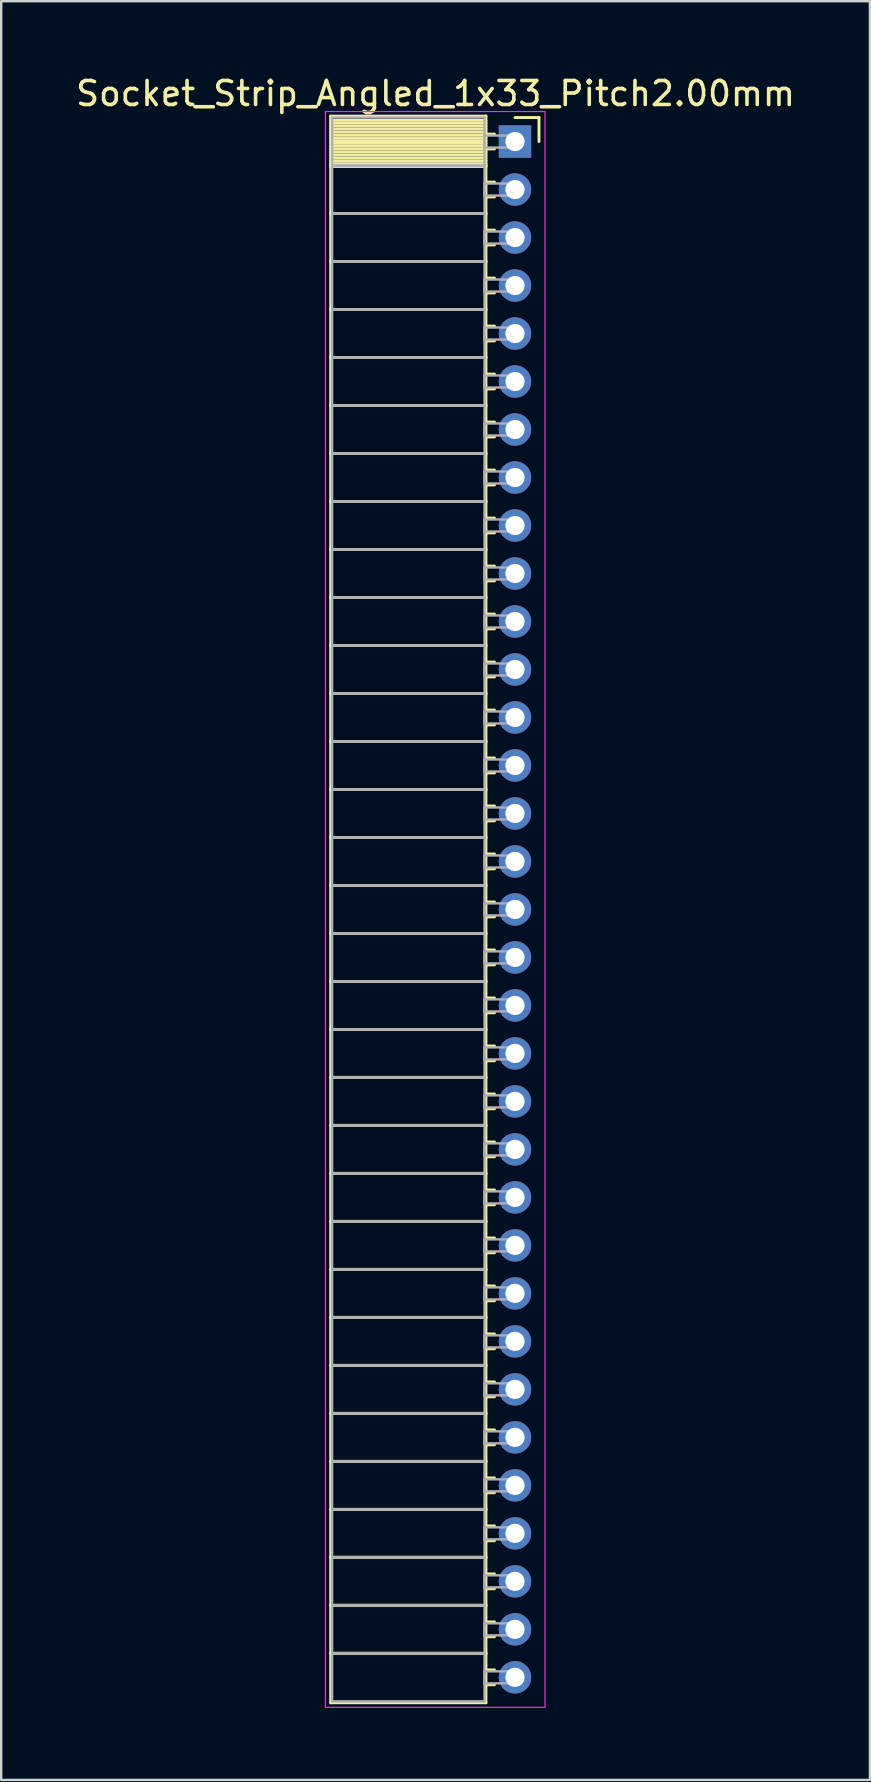
<source format=kicad_pcb>
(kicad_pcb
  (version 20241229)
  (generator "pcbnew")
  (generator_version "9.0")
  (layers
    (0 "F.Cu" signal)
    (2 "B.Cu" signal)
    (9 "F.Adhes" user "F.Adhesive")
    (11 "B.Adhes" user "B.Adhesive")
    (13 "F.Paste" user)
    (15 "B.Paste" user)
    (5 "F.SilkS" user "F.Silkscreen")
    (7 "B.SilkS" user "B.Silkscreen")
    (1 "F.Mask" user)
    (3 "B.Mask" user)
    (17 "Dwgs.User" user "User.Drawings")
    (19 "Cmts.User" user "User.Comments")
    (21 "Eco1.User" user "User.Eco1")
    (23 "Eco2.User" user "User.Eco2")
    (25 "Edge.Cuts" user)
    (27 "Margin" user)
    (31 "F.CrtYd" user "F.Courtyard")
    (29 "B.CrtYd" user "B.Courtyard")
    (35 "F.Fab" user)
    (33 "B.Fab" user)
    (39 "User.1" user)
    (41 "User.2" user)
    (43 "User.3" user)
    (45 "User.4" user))
  (footprint "Socket_Strip_Angled_1x33_Pitch2.00mm"
    (layer "F.Cu")
    (at 18.411 2.848)
    (property "Reference" "Socket_Strip_Angled_1x33_Pitch2.00mm" (at -3.31 -2 0) (layer "F.SilkS") (effects (font (size 1 1) (thickness 0.15))))
    (attr through_hole)
    (fp_line (start -7.68 -1.06) (end -1.21 -1.06) (stroke (width 0.12) (type solid)) (layer "F.SilkS"))
    (fp_line (start -7.68 1) (end -7.68 -1.06) (stroke (width 0.12) (type solid)) (layer "F.SilkS"))
    (fp_line (start -7.68 1) (end -1.21 1) (stroke (width 0.12) (type solid)) (layer "F.SilkS"))
    (fp_line (start -7.68 3) (end -7.68 1) (stroke (width 0.12) (type solid)) (layer "F.SilkS"))
    (fp_line (start -7.68 3) (end -1.21 3) (stroke (width 0.12) (type solid)) (layer "F.SilkS"))
    (fp_line (start -7.68 5) (end -7.68 3) (stroke (width 0.12) (type solid)) (layer "F.SilkS"))
    (fp_line (start -7.68 5) (end -1.21 5) (stroke (width 0.12) (type solid)) (layer "F.SilkS"))
    (fp_line (start -7.68 7) (end -7.68 5) (stroke (width 0.12) (type solid)) (layer "F.SilkS"))
    (fp_line (start -7.68 7) (end -1.21 7) (stroke (width 0.12) (type solid)) (layer "F.SilkS"))
    (fp_line (start -7.68 9) (end -7.68 7) (stroke (width 0.12) (type solid)) (layer "F.SilkS"))
    (fp_line (start -7.68 9) (end -1.21 9) (stroke (width 0.12) (type solid)) (layer "F.SilkS"))
    (fp_line (start -7.68 11) (end -7.68 9) (stroke (width 0.12) (type solid)) (layer "F.SilkS"))
    (fp_line (start -7.68 11) (end -1.21 11) (stroke (width 0.12) (type solid)) (layer "F.SilkS"))
    (fp_line (start -7.68 13) (end -7.68 11) (stroke (width 0.12) (type solid)) (layer "F.SilkS"))
    (fp_line (start -7.68 13) (end -1.21 13) (stroke (width 0.12) (type solid)) (layer "F.SilkS"))
    (fp_line (start -7.68 15) (end -7.68 13) (stroke (width 0.12) (type solid)) (layer "F.SilkS"))
    (fp_line (start -7.68 15) (end -1.21 15) (stroke (width 0.12) (type solid)) (layer "F.SilkS"))
    (fp_line (start -7.68 17) (end -7.68 15) (stroke (width 0.12) (type solid)) (layer "F.SilkS"))
    (fp_line (start -7.68 17) (end -1.21 17) (stroke (width 0.12) (type solid)) (layer "F.SilkS"))
    (fp_line (start -7.68 19) (end -7.68 17) (stroke (width 0.12) (type solid)) (layer "F.SilkS"))
    (fp_line (start -7.68 19) (end -1.21 19) (stroke (width 0.12) (type solid)) (layer "F.SilkS"))
    (fp_line (start -7.68 21) (end -7.68 19) (stroke (width 0.12) (type solid)) (layer "F.SilkS"))
    (fp_line (start -7.68 21) (end -1.21 21) (stroke (width 0.12) (type solid)) (layer "F.SilkS"))
    (fp_line (start -7.68 23) (end -7.68 21) (stroke (width 0.12) (type solid)) (layer "F.SilkS"))
    (fp_line (start -7.68 23) (end -1.21 23) (stroke (width 0.12) (type solid)) (layer "F.SilkS"))
    (fp_line (start -7.68 25) (end -7.68 23) (stroke (width 0.12) (type solid)) (layer "F.SilkS"))
    (fp_line (start -7.68 25) (end -1.21 25) (stroke (width 0.12) (type solid)) (layer "F.SilkS"))
    (fp_line (start -7.68 27) (end -7.68 25) (stroke (width 0.12) (type solid)) (layer "F.SilkS"))
    (fp_line (start -7.68 27) (end -1.21 27) (stroke (width 0.12) (type solid)) (layer "F.SilkS"))
    (fp_line (start -7.68 29) (end -7.68 27) (stroke (width 0.12) (type solid)) (layer "F.SilkS"))
    (fp_line (start -7.68 29) (end -1.21 29) (stroke (width 0.12) (type solid)) (layer "F.SilkS"))
    (fp_line (start -7.68 31) (end -7.68 29) (stroke (width 0.12) (type solid)) (layer "F.SilkS"))
    (fp_line (start -7.68 31) (end -1.21 31) (stroke (width 0.12) (type solid)) (layer "F.SilkS"))
    (fp_line (start -7.68 33) (end -7.68 31) (stroke (width 0.12) (type solid)) (layer "F.SilkS"))
    (fp_line (start -7.68 33) (end -1.21 33) (stroke (width 0.12) (type solid)) (layer "F.SilkS"))
    (fp_line (start -7.68 35) (end -7.68 33) (stroke (width 0.12) (type solid)) (layer "F.SilkS"))
    (fp_line (start -7.68 35) (end -1.21 35) (stroke (width 0.12) (type solid)) (layer "F.SilkS"))
    (fp_line (start -7.68 37) (end -7.68 35) (stroke (width 0.12) (type solid)) (layer "F.SilkS"))
    (fp_line (start -7.68 37) (end -1.21 37) (stroke (width 0.12) (type solid)) (layer "F.SilkS"))
    (fp_line (start -7.68 39) (end -7.68 37) (stroke (width 0.12) (type solid)) (layer "F.SilkS"))
    (fp_line (start -7.68 39) (end -1.21 39) (stroke (width 0.12) (type solid)) (layer "F.SilkS"))
    (fp_line (start -7.68 41) (end -7.68 39) (stroke (width 0.12) (type solid)) (layer "F.SilkS"))
    (fp_line (start -7.68 41) (end -1.21 41) (stroke (width 0.12) (type solid)) (layer "F.SilkS"))
    (fp_line (start -7.68 43) (end -7.68 41) (stroke (width 0.12) (type solid)) (layer "F.SilkS"))
    (fp_line (start -7.68 43) (end -1.21 43) (stroke (width 0.12) (type solid)) (layer "F.SilkS"))
    (fp_line (start -7.68 45) (end -7.68 43) (stroke (width 0.12) (type solid)) (layer "F.SilkS"))
    (fp_line (start -7.68 45) (end -1.21 45) (stroke (width 0.12) (type solid)) (layer "F.SilkS"))
    (fp_line (start -7.68 47) (end -7.68 45) (stroke (width 0.12) (type solid)) (layer "F.SilkS"))
    (fp_line (start -7.68 47) (end -1.21 47) (stroke (width 0.12) (type solid)) (layer "F.SilkS"))
    (fp_line (start -7.68 49) (end -7.68 47) (stroke (width 0.12) (type solid)) (layer "F.SilkS"))
    (fp_line (start -7.68 49) (end -1.21 49) (stroke (width 0.12) (type solid)) (layer "F.SilkS"))
    (fp_line (start -7.68 51) (end -7.68 49) (stroke (width 0.12) (type solid)) (layer "F.SilkS"))
    (fp_line (start -7.68 51) (end -1.21 51) (stroke (width 0.12) (type solid)) (layer "F.SilkS"))
    (fp_line (start -7.68 53) (end -7.68 51) (stroke (width 0.12) (type solid)) (layer "F.SilkS"))
    (fp_line (start -7.68 53) (end -1.21 53) (stroke (width 0.12) (type solid)) (layer "F.SilkS"))
    (fp_line (start -7.68 55) (end -7.68 53) (stroke (width 0.12) (type solid)) (layer "F.SilkS"))
    (fp_line (start -7.68 55) (end -1.21 55) (stroke (width 0.12) (type solid)) (layer "F.SilkS"))
    (fp_line (start -7.68 57) (end -7.68 55) (stroke (width 0.12) (type solid)) (layer "F.SilkS"))
    (fp_line (start -7.68 57) (end -1.21 57) (stroke (width 0.12) (type solid)) (layer "F.SilkS"))
    (fp_line (start -7.68 59) (end -7.68 57) (stroke (width 0.12) (type solid)) (layer "F.SilkS"))
    (fp_line (start -7.68 59) (end -1.21 59) (stroke (width 0.12) (type solid)) (layer "F.SilkS"))
    (fp_line (start -7.68 61) (end -7.68 59) (stroke (width 0.12) (type solid)) (layer "F.SilkS"))
    (fp_line (start -7.68 61) (end -1.21 61) (stroke (width 0.12) (type solid)) (layer "F.SilkS"))
    (fp_line (start -7.68 63) (end -7.68 61) (stroke (width 0.12) (type solid)) (layer "F.SilkS"))
    (fp_line (start -7.68 63) (end -1.21 63) (stroke (width 0.12) (type solid)) (layer "F.SilkS"))
    (fp_line (start -7.68 65.06) (end -7.68 63) (stroke (width 0.12) (type solid)) (layer "F.SilkS"))
    (fp_line (start -1.21 -1.06) (end -1.21 1) (stroke (width 0.12) (type solid)) (layer "F.SilkS"))
    (fp_line (start -1.21 -0.88) (end -7.68 -0.88) (stroke (width 0.12) (type solid)) (layer "F.SilkS"))
    (fp_line (start -1.21 -0.76) (end -7.68 -0.76) (stroke (width 0.12) (type solid)) (layer "F.SilkS"))
    (fp_line (start -1.21 -0.64) (end -7.68 -0.64) (stroke (width 0.12) (type solid)) (layer "F.SilkS"))
    (fp_line (start -1.21 -0.52) (end -7.68 -0.52) (stroke (width 0.12) (type solid)) (layer "F.SilkS"))
    (fp_line (start -1.21 -0.4) (end -7.68 -0.4) (stroke (width 0.12) (type solid)) (layer "F.SilkS"))
    (fp_line (start -1.21 -0.28) (end -7.68 -0.28) (stroke (width 0.12) (type solid)) (layer "F.SilkS"))
    (fp_line (start -1.21 -0.16) (end -7.68 -0.16) (stroke (width 0.12) (type solid)) (layer "F.SilkS"))
    (fp_line (start -1.21 -0.04) (end -7.68 -0.04) (stroke (width 0.12) (type solid)) (layer "F.SilkS"))
    (fp_line (start -1.21 0.08) (end -7.68 0.08) (stroke (width 0.12) (type solid)) (layer "F.SilkS"))
    (fp_line (start -1.21 0.2) (end -7.68 0.2) (stroke (width 0.12) (type solid)) (layer "F.SilkS"))
    (fp_line (start -1.21 0.32) (end -7.68 0.32) (stroke (width 0.12) (type solid)) (layer "F.SilkS"))
    (fp_line (start -1.21 0.44) (end -7.68 0.44) (stroke (width 0.12) (type solid)) (layer "F.SilkS"))
    (fp_line (start -1.21 0.56) (end -7.68 0.56) (stroke (width 0.12) (type solid)) (layer "F.SilkS"))
    (fp_line (start -1.21 0.68) (end -7.68 0.68) (stroke (width 0.12) (type solid)) (layer "F.SilkS"))
    (fp_line (start -1.21 0.8) (end -7.68 0.8) (stroke (width 0.12) (type solid)) (layer "F.SilkS"))
    (fp_line (start -1.21 0.92) (end -7.68 0.92) (stroke (width 0.12) (type solid)) (layer "F.SilkS"))
    (fp_line (start -1.21 1) (end -7.68 1) (stroke (width 0.12) (type solid)) (layer "F.SilkS"))
    (fp_line (start -1.21 1) (end -1.21 3) (stroke (width 0.12) (type solid)) (layer "F.SilkS"))
    (fp_line (start -1.21 1.04) (end -7.68 1.04) (stroke (width 0.12) (type solid)) (layer "F.SilkS"))
    (fp_line (start -1.21 3) (end -7.68 3) (stroke (width 0.12) (type solid)) (layer "F.SilkS"))
    (fp_line (start -1.21 3) (end -1.21 5) (stroke (width 0.12) (type solid)) (layer "F.SilkS"))
    (fp_line (start -1.21 5) (end -7.68 5) (stroke (width 0.12) (type solid)) (layer "F.SilkS"))
    (fp_line (start -1.21 5) (end -1.21 7) (stroke (width 0.12) (type solid)) (layer "F.SilkS"))
    (fp_line (start -1.21 7) (end -7.68 7) (stroke (width 0.12) (type solid)) (layer "F.SilkS"))
    (fp_line (start -1.21 7) (end -1.21 9) (stroke (width 0.12) (type solid)) (layer "F.SilkS"))
    (fp_line (start -1.21 9) (end -7.68 9) (stroke (width 0.12) (type solid)) (layer "F.SilkS"))
    (fp_line (start -1.21 9) (end -1.21 11) (stroke (width 0.12) (type solid)) (layer "F.SilkS"))
    (fp_line (start -1.21 11) (end -7.68 11) (stroke (width 0.12) (type solid)) (layer "F.SilkS"))
    (fp_line (start -1.21 11) (end -1.21 13) (stroke (width 0.12) (type solid)) (layer "F.SilkS"))
    (fp_line (start -1.21 13) (end -7.68 13) (stroke (width 0.12) (type solid)) (layer "F.SilkS"))
    (fp_line (start -1.21 13) (end -1.21 15) (stroke (width 0.12) (type solid)) (layer "F.SilkS"))
    (fp_line (start -1.21 15) (end -7.68 15) (stroke (width 0.12) (type solid)) (layer "F.SilkS"))
    (fp_line (start -1.21 15) (end -1.21 17) (stroke (width 0.12) (type solid)) (layer "F.SilkS"))
    (fp_line (start -1.21 17) (end -7.68 17) (stroke (width 0.12) (type solid)) (layer "F.SilkS"))
    (fp_line (start -1.21 17) (end -1.21 19) (stroke (width 0.12) (type solid)) (layer "F.SilkS"))
    (fp_line (start -1.21 19) (end -7.68 19) (stroke (width 0.12) (type solid)) (layer "F.SilkS"))
    (fp_line (start -1.21 19) (end -1.21 21) (stroke (width 0.12) (type solid)) (layer "F.SilkS"))
    (fp_line (start -1.21 21) (end -7.68 21) (stroke (width 0.12) (type solid)) (layer "F.SilkS"))
    (fp_line (start -1.21 21) (end -1.21 23) (stroke (width 0.12) (type solid)) (layer "F.SilkS"))
    (fp_line (start -1.21 23) (end -7.68 23) (stroke (width 0.12) (type solid)) (layer "F.SilkS"))
    (fp_line (start -1.21 23) (end -1.21 25) (stroke (width 0.12) (type solid)) (layer "F.SilkS"))
    (fp_line (start -1.21 25) (end -7.68 25) (stroke (width 0.12) (type solid)) (layer "F.SilkS"))
    (fp_line (start -1.21 25) (end -1.21 27) (stroke (width 0.12) (type solid)) (layer "F.SilkS"))
    (fp_line (start -1.21 27) (end -7.68 27) (stroke (width 0.12) (type solid)) (layer "F.SilkS"))
    (fp_line (start -1.21 27) (end -1.21 29) (stroke (width 0.12) (type solid)) (layer "F.SilkS"))
    (fp_line (start -1.21 29) (end -7.68 29) (stroke (width 0.12) (type solid)) (layer "F.SilkS"))
    (fp_line (start -1.21 29) (end -1.21 31) (stroke (width 0.12) (type solid)) (layer "F.SilkS"))
    (fp_line (start -1.21 31) (end -7.68 31) (stroke (width 0.12) (type solid)) (layer "F.SilkS"))
    (fp_line (start -1.21 31) (end -1.21 33) (stroke (width 0.12) (type solid)) (layer "F.SilkS"))
    (fp_line (start -1.21 33) (end -7.68 33) (stroke (width 0.12) (type solid)) (layer "F.SilkS"))
    (fp_line (start -1.21 33) (end -1.21 35) (stroke (width 0.12) (type solid)) (layer "F.SilkS"))
    (fp_line (start -1.21 35) (end -7.68 35) (stroke (width 0.12) (type solid)) (layer "F.SilkS"))
    (fp_line (start -1.21 35) (end -1.21 37) (stroke (width 0.12) (type solid)) (layer "F.SilkS"))
    (fp_line (start -1.21 37) (end -7.68 37) (stroke (width 0.12) (type solid)) (layer "F.SilkS"))
    (fp_line (start -1.21 37) (end -1.21 39) (stroke (width 0.12) (type solid)) (layer "F.SilkS"))
    (fp_line (start -1.21 39) (end -7.68 39) (stroke (width 0.12) (type solid)) (layer "F.SilkS"))
    (fp_line (start -1.21 39) (end -1.21 41) (stroke (width 0.12) (type solid)) (layer "F.SilkS"))
    (fp_line (start -1.21 41) (end -7.68 41) (stroke (width 0.12) (type solid)) (layer "F.SilkS"))
    (fp_line (start -1.21 41) (end -1.21 43) (stroke (width 0.12) (type solid)) (layer "F.SilkS"))
    (fp_line (start -1.21 43) (end -7.68 43) (stroke (width 0.12) (type solid)) (layer "F.SilkS"))
    (fp_line (start -1.21 43) (end -1.21 45) (stroke (width 0.12) (type solid)) (layer "F.SilkS"))
    (fp_line (start -1.21 45) (end -7.68 45) (stroke (width 0.12) (type solid)) (layer "F.SilkS"))
    (fp_line (start -1.21 45) (end -1.21 47) (stroke (width 0.12) (type solid)) (layer "F.SilkS"))
    (fp_line (start -1.21 47) (end -7.68 47) (stroke (width 0.12) (type solid)) (layer "F.SilkS"))
    (fp_line (start -1.21 47) (end -1.21 49) (stroke (width 0.12) (type solid)) (layer "F.SilkS"))
    (fp_line (start -1.21 49) (end -7.68 49) (stroke (width 0.12) (type solid)) (layer "F.SilkS"))
    (fp_line (start -1.21 49) (end -1.21 51) (stroke (width 0.12) (type solid)) (layer "F.SilkS"))
    (fp_line (start -1.21 51) (end -7.68 51) (stroke (width 0.12) (type solid)) (layer "F.SilkS"))
    (fp_line (start -1.21 51) (end -1.21 53) (stroke (width 0.12) (type solid)) (layer "F.SilkS"))
    (fp_line (start -1.21 53) (end -7.68 53) (stroke (width 0.12) (type solid)) (layer "F.SilkS"))
    (fp_line (start -1.21 53) (end -1.21 55) (stroke (width 0.12) (type solid)) (layer "F.SilkS"))
    (fp_line (start -1.21 55) (end -7.68 55) (stroke (width 0.12) (type solid)) (layer "F.SilkS"))
    (fp_line (start -1.21 55) (end -1.21 57) (stroke (width 0.12) (type solid)) (layer "F.SilkS"))
    (fp_line (start -1.21 57) (end -7.68 57) (stroke (width 0.12) (type solid)) (layer "F.SilkS"))
    (fp_line (start -1.21 57) (end -1.21 59) (stroke (width 0.12) (type solid)) (layer "F.SilkS"))
    (fp_line (start -1.21 59) (end -7.68 59) (stroke (width 0.12) (type solid)) (layer "F.SilkS"))
    (fp_line (start -1.21 59) (end -1.21 61) (stroke (width 0.12) (type solid)) (layer "F.SilkS"))
    (fp_line (start -1.21 61) (end -7.68 61) (stroke (width 0.12) (type solid)) (layer "F.SilkS"))
    (fp_line (start -1.21 61) (end -1.21 63) (stroke (width 0.12) (type solid)) (layer "F.SilkS"))
    (fp_line (start -1.21 63) (end -7.68 63) (stroke (width 0.12) (type solid)) (layer "F.SilkS"))
    (fp_line (start -1.21 63) (end -1.21 65.06) (stroke (width 0.12) (type solid)) (layer "F.SilkS"))
    (fp_line (start -1.21 65.06) (end -7.68 65.06) (stroke (width 0.12) (type solid)) (layer "F.SilkS"))
    (fp_line (start -0.855 -0.31) (end -1.21 -0.31) (stroke (width 0.12) (type solid)) (layer "F.SilkS"))
    (fp_line (start -0.855 0.31) (end -1.21 0.31) (stroke (width 0.12) (type solid)) (layer "F.SilkS"))
    (fp_line (start -0.855 1.69) (end -1.21 1.69) (stroke (width 0.12) (type solid)) (layer "F.SilkS"))
    (fp_line (start -0.855 2.31) (end -1.21 2.31) (stroke (width 0.12) (type solid)) (layer "F.SilkS"))
    (fp_line (start -0.855 3.69) (end -1.21 3.69) (stroke (width 0.12) (type solid)) (layer "F.SilkS"))
    (fp_line (start -0.855 4.31) (end -1.21 4.31) (stroke (width 0.12) (type solid)) (layer "F.SilkS"))
    (fp_line (start -0.855 5.69) (end -1.21 5.69) (stroke (width 0.12) (type solid)) (layer "F.SilkS"))
    (fp_line (start -0.855 6.31) (end -1.21 6.31) (stroke (width 0.12) (type solid)) (layer "F.SilkS"))
    (fp_line (start -0.855 7.69) (end -1.21 7.69) (stroke (width 0.12) (type solid)) (layer "F.SilkS"))
    (fp_line (start -0.855 8.31) (end -1.21 8.31) (stroke (width 0.12) (type solid)) (layer "F.SilkS"))
    (fp_line (start -0.855 9.69) (end -1.21 9.69) (stroke (width 0.12) (type solid)) (layer "F.SilkS"))
    (fp_line (start -0.855 10.31) (end -1.21 10.31) (stroke (width 0.12) (type solid)) (layer "F.SilkS"))
    (fp_line (start -0.855 11.69) (end -1.21 11.69) (stroke (width 0.12) (type solid)) (layer "F.SilkS"))
    (fp_line (start -0.855 12.31) (end -1.21 12.31) (stroke (width 0.12) (type solid)) (layer "F.SilkS"))
    (fp_line (start -0.855 13.69) (end -1.21 13.69) (stroke (width 0.12) (type solid)) (layer "F.SilkS"))
    (fp_line (start -0.855 14.31) (end -1.21 14.31) (stroke (width 0.12) (type solid)) (layer "F.SilkS"))
    (fp_line (start -0.855 15.69) (end -1.21 15.69) (stroke (width 0.12) (type solid)) (layer "F.SilkS"))
    (fp_line (start -0.855 16.31) (end -1.21 16.31) (stroke (width 0.12) (type solid)) (layer "F.SilkS"))
    (fp_line (start -0.855 17.69) (end -1.21 17.69) (stroke (width 0.12) (type solid)) (layer "F.SilkS"))
    (fp_line (start -0.855 18.31) (end -1.21 18.31) (stroke (width 0.12) (type solid)) (layer "F.SilkS"))
    (fp_line (start -0.855 19.69) (end -1.21 19.69) (stroke (width 0.12) (type solid)) (layer "F.SilkS"))
    (fp_line (start -0.855 20.31) (end -1.21 20.31) (stroke (width 0.12) (type solid)) (layer "F.SilkS"))
    (fp_line (start -0.855 21.69) (end -1.21 21.69) (stroke (width 0.12) (type solid)) (layer "F.SilkS"))
    (fp_line (start -0.855 22.31) (end -1.21 22.31) (stroke (width 0.12) (type solid)) (layer "F.SilkS"))
    (fp_line (start -0.855 23.69) (end -1.21 23.69) (stroke (width 0.12) (type solid)) (layer "F.SilkS"))
    (fp_line (start -0.855 24.31) (end -1.21 24.31) (stroke (width 0.12) (type solid)) (layer "F.SilkS"))
    (fp_line (start -0.855 25.69) (end -1.21 25.69) (stroke (width 0.12) (type solid)) (layer "F.SilkS"))
    (fp_line (start -0.855 26.31) (end -1.21 26.31) (stroke (width 0.12) (type solid)) (layer "F.SilkS"))
    (fp_line (start -0.855 27.69) (end -1.21 27.69) (stroke (width 0.12) (type solid)) (layer "F.SilkS"))
    (fp_line (start -0.855 28.31) (end -1.21 28.31) (stroke (width 0.12) (type solid)) (layer "F.SilkS"))
    (fp_line (start -0.855 29.69) (end -1.21 29.69) (stroke (width 0.12) (type solid)) (layer "F.SilkS"))
    (fp_line (start -0.855 30.31) (end -1.21 30.31) (stroke (width 0.12) (type solid)) (layer "F.SilkS"))
    (fp_line (start -0.855 31.69) (end -1.21 31.69) (stroke (width 0.12) (type solid)) (layer "F.SilkS"))
    (fp_line (start -0.855 32.31) (end -1.21 32.31) (stroke (width 0.12) (type solid)) (layer "F.SilkS"))
    (fp_line (start -0.855 33.69) (end -1.21 33.69) (stroke (width 0.12) (type solid)) (layer "F.SilkS"))
    (fp_line (start -0.855 34.31) (end -1.21 34.31) (stroke (width 0.12) (type solid)) (layer "F.SilkS"))
    (fp_line (start -0.855 35.69) (end -1.21 35.69) (stroke (width 0.12) (type solid)) (layer "F.SilkS"))
    (fp_line (start -0.855 36.31) (end -1.21 36.31) (stroke (width 0.12) (type solid)) (layer "F.SilkS"))
    (fp_line (start -0.855 37.69) (end -1.21 37.69) (stroke (width 0.12) (type solid)) (layer "F.SilkS"))
    (fp_line (start -0.855 38.31) (end -1.21 38.31) (stroke (width 0.12) (type solid)) (layer "F.SilkS"))
    (fp_line (start -0.855 39.69) (end -1.21 39.69) (stroke (width 0.12) (type solid)) (layer "F.SilkS"))
    (fp_line (start -0.855 40.31) (end -1.21 40.31) (stroke (width 0.12) (type solid)) (layer "F.SilkS"))
    (fp_line (start -0.855 41.69) (end -1.21 41.69) (stroke (width 0.12) (type solid)) (layer "F.SilkS"))
    (fp_line (start -0.855 42.31) (end -1.21 42.31) (stroke (width 0.12) (type solid)) (layer "F.SilkS"))
    (fp_line (start -0.855 43.69) (end -1.21 43.69) (stroke (width 0.12) (type solid)) (layer "F.SilkS"))
    (fp_line (start -0.855 44.31) (end -1.21 44.31) (stroke (width 0.12) (type solid)) (layer "F.SilkS"))
    (fp_line (start -0.855 45.69) (end -1.21 45.69) (stroke (width 0.12) (type solid)) (layer "F.SilkS"))
    (fp_line (start -0.855 46.31) (end -1.21 46.31) (stroke (width 0.12) (type solid)) (layer "F.SilkS"))
    (fp_line (start -0.855 47.69) (end -1.21 47.69) (stroke (width 0.12) (type solid)) (layer "F.SilkS"))
    (fp_line (start -0.855 48.31) (end -1.21 48.31) (stroke (width 0.12) (type solid)) (layer "F.SilkS"))
    (fp_line (start -0.855 49.69) (end -1.21 49.69) (stroke (width 0.12) (type solid)) (layer "F.SilkS"))
    (fp_line (start -0.855 50.31) (end -1.21 50.31) (stroke (width 0.12) (type solid)) (layer "F.SilkS"))
    (fp_line (start -0.855 51.69) (end -1.21 51.69) (stroke (width 0.12) (type solid)) (layer "F.SilkS"))
    (fp_line (start -0.855 52.31) (end -1.21 52.31) (stroke (width 0.12) (type solid)) (layer "F.SilkS"))
    (fp_line (start -0.855 53.69) (end -1.21 53.69) (stroke (width 0.12) (type solid)) (layer "F.SilkS"))
    (fp_line (start -0.855 54.31) (end -1.21 54.31) (stroke (width 0.12) (type solid)) (layer "F.SilkS"))
    (fp_line (start -0.855 55.69) (end -1.21 55.69) (stroke (width 0.12) (type solid)) (layer "F.SilkS"))
    (fp_line (start -0.855 56.31) (end -1.21 56.31) (stroke (width 0.12) (type solid)) (layer "F.SilkS"))
    (fp_line (start -0.855 57.69) (end -1.21 57.69) (stroke (width 0.12) (type solid)) (layer "F.SilkS"))
    (fp_line (start -0.855 58.31) (end -1.21 58.31) (stroke (width 0.12) (type solid)) (layer "F.SilkS"))
    (fp_line (start -0.855 59.69) (end -1.21 59.69) (stroke (width 0.12) (type solid)) (layer "F.SilkS"))
    (fp_line (start -0.855 60.31) (end -1.21 60.31) (stroke (width 0.12) (type solid)) (layer "F.SilkS"))
    (fp_line (start -0.855 61.69) (end -1.21 61.69) (stroke (width 0.12) (type solid)) (layer "F.SilkS"))
    (fp_line (start -0.855 62.31) (end -1.21 62.31) (stroke (width 0.12) (type solid)) (layer "F.SilkS"))
    (fp_line (start -0.855 63.69) (end -1.21 63.69) (stroke (width 0.12) (type solid)) (layer "F.SilkS"))
    (fp_line (start -0.855 64.31) (end -1.21 64.31) (stroke (width 0.12) (type solid)) (layer "F.SilkS"))
    (fp_line (start 0 -1) (end 1 -1) (stroke (width 0.12) (type solid)) (layer "F.SilkS"))
    (fp_line (start 1 -1) (end 1 0) (stroke (width 0.12) (type solid)) (layer "F.SilkS"))
    (fp_line (start -7.9 -1.25) (end 1.25 -1.25) (stroke (width 0.05) (type solid)) (layer "F.CrtYd"))
    (fp_line (start -7.9 65.25) (end -7.9 -1.25) (stroke (width 0.05) (type solid)) (layer "F.CrtYd"))
    (fp_line (start 1.25 -1.25) (end 1.25 65.25) (stroke (width 0.05) (type solid)) (layer "F.CrtYd"))
    (fp_line (start 1.25 65.25) (end -7.9 65.25) (stroke (width 0.05) (type solid)) (layer "F.CrtYd"))
    (fp_line (start -7.62 -1) (end -1.27 -1) (stroke (width 0.1) (type solid)) (layer "F.Fab"))
    (fp_line (start -7.62 1) (end -7.62 -1) (stroke (width 0.1) (type solid)) (layer "F.Fab"))
    (fp_line (start -7.62 1) (end -1.27 1) (stroke (width 0.1) (type solid)) (layer "F.Fab"))
    (fp_line (start -7.62 3) (end -7.62 1) (stroke (width 0.1) (type solid)) (layer "F.Fab"))
    (fp_line (start -7.62 3) (end -1.27 3) (stroke (width 0.1) (type solid)) (layer "F.Fab"))
    (fp_line (start -7.62 5) (end -7.62 3) (stroke (width 0.1) (type solid)) (layer "F.Fab"))
    (fp_line (start -7.62 5) (end -1.27 5) (stroke (width 0.1) (type solid)) (layer "F.Fab"))
    (fp_line (start -7.62 7) (end -7.62 5) (stroke (width 0.1) (type solid)) (layer "F.Fab"))
    (fp_line (start -7.62 7) (end -1.27 7) (stroke (width 0.1) (type solid)) (layer "F.Fab"))
    (fp_line (start -7.62 9) (end -7.62 7) (stroke (width 0.1) (type solid)) (layer "F.Fab"))
    (fp_line (start -7.62 9) (end -1.27 9) (stroke (width 0.1) (type solid)) (layer "F.Fab"))
    (fp_line (start -7.62 11) (end -7.62 9) (stroke (width 0.1) (type solid)) (layer "F.Fab"))
    (fp_line (start -7.62 11) (end -1.27 11) (stroke (width 0.1) (type solid)) (layer "F.Fab"))
    (fp_line (start -7.62 13) (end -7.62 11) (stroke (width 0.1) (type solid)) (layer "F.Fab"))
    (fp_line (start -7.62 13) (end -1.27 13) (stroke (width 0.1) (type solid)) (layer "F.Fab"))
    (fp_line (start -7.62 15) (end -7.62 13) (stroke (width 0.1) (type solid)) (layer "F.Fab"))
    (fp_line (start -7.62 15) (end -1.27 15) (stroke (width 0.1) (type solid)) (layer "F.Fab"))
    (fp_line (start -7.62 17) (end -7.62 15) (stroke (width 0.1) (type solid)) (layer "F.Fab"))
    (fp_line (start -7.62 17) (end -1.27 17) (stroke (width 0.1) (type solid)) (layer "F.Fab"))
    (fp_line (start -7.62 19) (end -7.62 17) (stroke (width 0.1) (type solid)) (layer "F.Fab"))
    (fp_line (start -7.62 19) (end -1.27 19) (stroke (width 0.1) (type solid)) (layer "F.Fab"))
    (fp_line (start -7.62 21) (end -7.62 19) (stroke (width 0.1) (type solid)) (layer "F.Fab"))
    (fp_line (start -7.62 21) (end -1.27 21) (stroke (width 0.1) (type solid)) (layer "F.Fab"))
    (fp_line (start -7.62 23) (end -7.62 21) (stroke (width 0.1) (type solid)) (layer "F.Fab"))
    (fp_line (start -7.62 23) (end -1.27 23) (stroke (width 0.1) (type solid)) (layer "F.Fab"))
    (fp_line (start -7.62 25) (end -7.62 23) (stroke (width 0.1) (type solid)) (layer "F.Fab"))
    (fp_line (start -7.62 25) (end -1.27 25) (stroke (width 0.1) (type solid)) (layer "F.Fab"))
    (fp_line (start -7.62 27) (end -7.62 25) (stroke (width 0.1) (type solid)) (layer "F.Fab"))
    (fp_line (start -7.62 27) (end -1.27 27) (stroke (width 0.1) (type solid)) (layer "F.Fab"))
    (fp_line (start -7.62 29) (end -7.62 27) (stroke (width 0.1) (type solid)) (layer "F.Fab"))
    (fp_line (start -7.62 29) (end -1.27 29) (stroke (width 0.1) (type solid)) (layer "F.Fab"))
    (fp_line (start -7.62 31) (end -7.62 29) (stroke (width 0.1) (type solid)) (layer "F.Fab"))
    (fp_line (start -7.62 31) (end -1.27 31) (stroke (width 0.1) (type solid)) (layer "F.Fab"))
    (fp_line (start -7.62 33) (end -7.62 31) (stroke (width 0.1) (type solid)) (layer "F.Fab"))
    (fp_line (start -7.62 33) (end -1.27 33) (stroke (width 0.1) (type solid)) (layer "F.Fab"))
    (fp_line (start -7.62 35) (end -7.62 33) (stroke (width 0.1) (type solid)) (layer "F.Fab"))
    (fp_line (start -7.62 35) (end -1.27 35) (stroke (width 0.1) (type solid)) (layer "F.Fab"))
    (fp_line (start -7.62 37) (end -7.62 35) (stroke (width 0.1) (type solid)) (layer "F.Fab"))
    (fp_line (start -7.62 37) (end -1.27 37) (stroke (width 0.1) (type solid)) (layer "F.Fab"))
    (fp_line (start -7.62 39) (end -7.62 37) (stroke (width 0.1) (type solid)) (layer "F.Fab"))
    (fp_line (start -7.62 39) (end -1.27 39) (stroke (width 0.1) (type solid)) (layer "F.Fab"))
    (fp_line (start -7.62 41) (end -7.62 39) (stroke (width 0.1) (type solid)) (layer "F.Fab"))
    (fp_line (start -7.62 41) (end -1.27 41) (stroke (width 0.1) (type solid)) (layer "F.Fab"))
    (fp_line (start -7.62 43) (end -7.62 41) (stroke (width 0.1) (type solid)) (layer "F.Fab"))
    (fp_line (start -7.62 43) (end -1.27 43) (stroke (width 0.1) (type solid)) (layer "F.Fab"))
    (fp_line (start -7.62 45) (end -7.62 43) (stroke (width 0.1) (type solid)) (layer "F.Fab"))
    (fp_line (start -7.62 45) (end -1.27 45) (stroke (width 0.1) (type solid)) (layer "F.Fab"))
    (fp_line (start -7.62 47) (end -7.62 45) (stroke (width 0.1) (type solid)) (layer "F.Fab"))
    (fp_line (start -7.62 47) (end -1.27 47) (stroke (width 0.1) (type solid)) (layer "F.Fab"))
    (fp_line (start -7.62 49) (end -7.62 47) (stroke (width 0.1) (type solid)) (layer "F.Fab"))
    (fp_line (start -7.62 49) (end -1.27 49) (stroke (width 0.1) (type solid)) (layer "F.Fab"))
    (fp_line (start -7.62 51) (end -7.62 49) (stroke (width 0.1) (type solid)) (layer "F.Fab"))
    (fp_line (start -7.62 51) (end -1.27 51) (stroke (width 0.1) (type solid)) (layer "F.Fab"))
    (fp_line (start -7.62 53) (end -7.62 51) (stroke (width 0.1) (type solid)) (layer "F.Fab"))
    (fp_line (start -7.62 53) (end -1.27 53) (stroke (width 0.1) (type solid)) (layer "F.Fab"))
    (fp_line (start -7.62 55) (end -7.62 53) (stroke (width 0.1) (type solid)) (layer "F.Fab"))
    (fp_line (start -7.62 55) (end -1.27 55) (stroke (width 0.1) (type solid)) (layer "F.Fab"))
    (fp_line (start -7.62 57) (end -7.62 55) (stroke (width 0.1) (type solid)) (layer "F.Fab"))
    (fp_line (start -7.62 57) (end -1.27 57) (stroke (width 0.1) (type solid)) (layer "F.Fab"))
    (fp_line (start -7.62 59) (end -7.62 57) (stroke (width 0.1) (type solid)) (layer "F.Fab"))
    (fp_line (start -7.62 59) (end -1.27 59) (stroke (width 0.1) (type solid)) (layer "F.Fab"))
    (fp_line (start -7.62 61) (end -7.62 59) (stroke (width 0.1) (type solid)) (layer "F.Fab"))
    (fp_line (start -7.62 61) (end -1.27 61) (stroke (width 0.1) (type solid)) (layer "F.Fab"))
    (fp_line (start -7.62 63) (end -7.62 61) (stroke (width 0.1) (type solid)) (layer "F.Fab"))
    (fp_line (start -7.62 63) (end -1.27 63) (stroke (width 0.1) (type solid)) (layer "F.Fab"))
    (fp_line (start -7.62 65) (end -7.62 63) (stroke (width 0.1) (type solid)) (layer "F.Fab"))
    (fp_line (start -1.27 -1) (end -1.27 1) (stroke (width 0.1) (type solid)) (layer "F.Fab"))
    (fp_line (start -1.27 -0.25) (end 0 -0.25) (stroke (width 0.1) (type solid)) (layer "F.Fab"))
    (fp_line (start -1.27 0.25) (end -1.27 -0.25) (stroke (width 0.1) (type solid)) (layer "F.Fab"))
    (fp_line (start -1.27 1) (end -7.62 1) (stroke (width 0.1) (type solid)) (layer "F.Fab"))
    (fp_line (start -1.27 1) (end -1.27 3) (stroke (width 0.1) (type solid)) (layer "F.Fab"))
    (fp_line (start -1.27 1.75) (end 0 1.75) (stroke (width 0.1) (type solid)) (layer "F.Fab"))
    (fp_line (start -1.27 2.25) (end -1.27 1.75) (stroke (width 0.1) (type solid)) (layer "F.Fab"))
    (fp_line (start -1.27 3) (end -7.62 3) (stroke (width 0.1) (type solid)) (layer "F.Fab"))
    (fp_line (start -1.27 3) (end -1.27 5) (stroke (width 0.1) (type solid)) (layer "F.Fab"))
    (fp_line (start -1.27 3.75) (end 0 3.75) (stroke (width 0.1) (type solid)) (layer "F.Fab"))
    (fp_line (start -1.27 4.25) (end -1.27 3.75) (stroke (width 0.1) (type solid)) (layer "F.Fab"))
    (fp_line (start -1.27 5) (end -7.62 5) (stroke (width 0.1) (type solid)) (layer "F.Fab"))
    (fp_line (start -1.27 5) (end -1.27 7) (stroke (width 0.1) (type solid)) (layer "F.Fab"))
    (fp_line (start -1.27 5.75) (end 0 5.75) (stroke (width 0.1) (type solid)) (layer "F.Fab"))
    (fp_line (start -1.27 6.25) (end -1.27 5.75) (stroke (width 0.1) (type solid)) (layer "F.Fab"))
    (fp_line (start -1.27 7) (end -7.62 7) (stroke (width 0.1) (type solid)) (layer "F.Fab"))
    (fp_line (start -1.27 7) (end -1.27 9) (stroke (width 0.1) (type solid)) (layer "F.Fab"))
    (fp_line (start -1.27 7.75) (end 0 7.75) (stroke (width 0.1) (type solid)) (layer "F.Fab"))
    (fp_line (start -1.27 8.25) (end -1.27 7.75) (stroke (width 0.1) (type solid)) (layer "F.Fab"))
    (fp_line (start -1.27 9) (end -7.62 9) (stroke (width 0.1) (type solid)) (layer "F.Fab"))
    (fp_line (start -1.27 9) (end -1.27 11) (stroke (width 0.1) (type solid)) (layer "F.Fab"))
    (fp_line (start -1.27 9.75) (end 0 9.75) (stroke (width 0.1) (type solid)) (layer "F.Fab"))
    (fp_line (start -1.27 10.25) (end -1.27 9.75) (stroke (width 0.1) (type solid)) (layer "F.Fab"))
    (fp_line (start -1.27 11) (end -7.62 11) (stroke (width 0.1) (type solid)) (layer "F.Fab"))
    (fp_line (start -1.27 11) (end -1.27 13) (stroke (width 0.1) (type solid)) (layer "F.Fab"))
    (fp_line (start -1.27 11.75) (end 0 11.75) (stroke (width 0.1) (type solid)) (layer "F.Fab"))
    (fp_line (start -1.27 12.25) (end -1.27 11.75) (stroke (width 0.1) (type solid)) (layer "F.Fab"))
    (fp_line (start -1.27 13) (end -7.62 13) (stroke (width 0.1) (type solid)) (layer "F.Fab"))
    (fp_line (start -1.27 13) (end -1.27 15) (stroke (width 0.1) (type solid)) (layer "F.Fab"))
    (fp_line (start -1.27 13.75) (end 0 13.75) (stroke (width 0.1) (type solid)) (layer "F.Fab"))
    (fp_line (start -1.27 14.25) (end -1.27 13.75) (stroke (width 0.1) (type solid)) (layer "F.Fab"))
    (fp_line (start -1.27 15) (end -7.62 15) (stroke (width 0.1) (type solid)) (layer "F.Fab"))
    (fp_line (start -1.27 15) (end -1.27 17) (stroke (width 0.1) (type solid)) (layer "F.Fab"))
    (fp_line (start -1.27 15.75) (end 0 15.75) (stroke (width 0.1) (type solid)) (layer "F.Fab"))
    (fp_line (start -1.27 16.25) (end -1.27 15.75) (stroke (width 0.1) (type solid)) (layer "F.Fab"))
    (fp_line (start -1.27 17) (end -7.62 17) (stroke (width 0.1) (type solid)) (layer "F.Fab"))
    (fp_line (start -1.27 17) (end -1.27 19) (stroke (width 0.1) (type solid)) (layer "F.Fab"))
    (fp_line (start -1.27 17.75) (end 0 17.75) (stroke (width 0.1) (type solid)) (layer "F.Fab"))
    (fp_line (start -1.27 18.25) (end -1.27 17.75) (stroke (width 0.1) (type solid)) (layer "F.Fab"))
    (fp_line (start -1.27 19) (end -7.62 19) (stroke (width 0.1) (type solid)) (layer "F.Fab"))
    (fp_line (start -1.27 19) (end -1.27 21) (stroke (width 0.1) (type solid)) (layer "F.Fab"))
    (fp_line (start -1.27 19.75) (end 0 19.75) (stroke (width 0.1) (type solid)) (layer "F.Fab"))
    (fp_line (start -1.27 20.25) (end -1.27 19.75) (stroke (width 0.1) (type solid)) (layer "F.Fab"))
    (fp_line (start -1.27 21) (end -7.62 21) (stroke (width 0.1) (type solid)) (layer "F.Fab"))
    (fp_line (start -1.27 21) (end -1.27 23) (stroke (width 0.1) (type solid)) (layer "F.Fab"))
    (fp_line (start -1.27 21.75) (end 0 21.75) (stroke (width 0.1) (type solid)) (layer "F.Fab"))
    (fp_line (start -1.27 22.25) (end -1.27 21.75) (stroke (width 0.1) (type solid)) (layer "F.Fab"))
    (fp_line (start -1.27 23) (end -7.62 23) (stroke (width 0.1) (type solid)) (layer "F.Fab"))
    (fp_line (start -1.27 23) (end -1.27 25) (stroke (width 0.1) (type solid)) (layer "F.Fab"))
    (fp_line (start -1.27 23.75) (end 0 23.75) (stroke (width 0.1) (type solid)) (layer "F.Fab"))
    (fp_line (start -1.27 24.25) (end -1.27 23.75) (stroke (width 0.1) (type solid)) (layer "F.Fab"))
    (fp_line (start -1.27 25) (end -7.62 25) (stroke (width 0.1) (type solid)) (layer "F.Fab"))
    (fp_line (start -1.27 25) (end -1.27 27) (stroke (width 0.1) (type solid)) (layer "F.Fab"))
    (fp_line (start -1.27 25.75) (end 0 25.75) (stroke (width 0.1) (type solid)) (layer "F.Fab"))
    (fp_line (start -1.27 26.25) (end -1.27 25.75) (stroke (width 0.1) (type solid)) (layer "F.Fab"))
    (fp_line (start -1.27 27) (end -7.62 27) (stroke (width 0.1) (type solid)) (layer "F.Fab"))
    (fp_line (start -1.27 27) (end -1.27 29) (stroke (width 0.1) (type solid)) (layer "F.Fab"))
    (fp_line (start -1.27 27.75) (end 0 27.75) (stroke (width 0.1) (type solid)) (layer "F.Fab"))
    (fp_line (start -1.27 28.25) (end -1.27 27.75) (stroke (width 0.1) (type solid)) (layer "F.Fab"))
    (fp_line (start -1.27 29) (end -7.62 29) (stroke (width 0.1) (type solid)) (layer "F.Fab"))
    (fp_line (start -1.27 29) (end -1.27 31) (stroke (width 0.1) (type solid)) (layer "F.Fab"))
    (fp_line (start -1.27 29.75) (end 0 29.75) (stroke (width 0.1) (type solid)) (layer "F.Fab"))
    (fp_line (start -1.27 30.25) (end -1.27 29.75) (stroke (width 0.1) (type solid)) (layer "F.Fab"))
    (fp_line (start -1.27 31) (end -7.62 31) (stroke (width 0.1) (type solid)) (layer "F.Fab"))
    (fp_line (start -1.27 31) (end -1.27 33) (stroke (width 0.1) (type solid)) (layer "F.Fab"))
    (fp_line (start -1.27 31.75) (end 0 31.75) (stroke (width 0.1) (type solid)) (layer "F.Fab"))
    (fp_line (start -1.27 32.25) (end -1.27 31.75) (stroke (width 0.1) (type solid)) (layer "F.Fab"))
    (fp_line (start -1.27 33) (end -7.62 33) (stroke (width 0.1) (type solid)) (layer "F.Fab"))
    (fp_line (start -1.27 33) (end -1.27 35) (stroke (width 0.1) (type solid)) (layer "F.Fab"))
    (fp_line (start -1.27 33.75) (end 0 33.75) (stroke (width 0.1) (type solid)) (layer "F.Fab"))
    (fp_line (start -1.27 34.25) (end -1.27 33.75) (stroke (width 0.1) (type solid)) (layer "F.Fab"))
    (fp_line (start -1.27 35) (end -7.62 35) (stroke (width 0.1) (type solid)) (layer "F.Fab"))
    (fp_line (start -1.27 35) (end -1.27 37) (stroke (width 0.1) (type solid)) (layer "F.Fab"))
    (fp_line (start -1.27 35.75) (end 0 35.75) (stroke (width 0.1) (type solid)) (layer "F.Fab"))
    (fp_line (start -1.27 36.25) (end -1.27 35.75) (stroke (width 0.1) (type solid)) (layer "F.Fab"))
    (fp_line (start -1.27 37) (end -7.62 37) (stroke (width 0.1) (type solid)) (layer "F.Fab"))
    (fp_line (start -1.27 37) (end -1.27 39) (stroke (width 0.1) (type solid)) (layer "F.Fab"))
    (fp_line (start -1.27 37.75) (end 0 37.75) (stroke (width 0.1) (type solid)) (layer "F.Fab"))
    (fp_line (start -1.27 38.25) (end -1.27 37.75) (stroke (width 0.1) (type solid)) (layer "F.Fab"))
    (fp_line (start -1.27 39) (end -7.62 39) (stroke (width 0.1) (type solid)) (layer "F.Fab"))
    (fp_line (start -1.27 39) (end -1.27 41) (stroke (width 0.1) (type solid)) (layer "F.Fab"))
    (fp_line (start -1.27 39.75) (end 0 39.75) (stroke (width 0.1) (type solid)) (layer "F.Fab"))
    (fp_line (start -1.27 40.25) (end -1.27 39.75) (stroke (width 0.1) (type solid)) (layer "F.Fab"))
    (fp_line (start -1.27 41) (end -7.62 41) (stroke (width 0.1) (type solid)) (layer "F.Fab"))
    (fp_line (start -1.27 41) (end -1.27 43) (stroke (width 0.1) (type solid)) (layer "F.Fab"))
    (fp_line (start -1.27 41.75) (end 0 41.75) (stroke (width 0.1) (type solid)) (layer "F.Fab"))
    (fp_line (start -1.27 42.25) (end -1.27 41.75) (stroke (width 0.1) (type solid)) (layer "F.Fab"))
    (fp_line (start -1.27 43) (end -7.62 43) (stroke (width 0.1) (type solid)) (layer "F.Fab"))
    (fp_line (start -1.27 43) (end -1.27 45) (stroke (width 0.1) (type solid)) (layer "F.Fab"))
    (fp_line (start -1.27 43.75) (end 0 43.75) (stroke (width 0.1) (type solid)) (layer "F.Fab"))
    (fp_line (start -1.27 44.25) (end -1.27 43.75) (stroke (width 0.1) (type solid)) (layer "F.Fab"))
    (fp_line (start -1.27 45) (end -7.62 45) (stroke (width 0.1) (type solid)) (layer "F.Fab"))
    (fp_line (start -1.27 45) (end -1.27 47) (stroke (width 0.1) (type solid)) (layer "F.Fab"))
    (fp_line (start -1.27 45.75) (end 0 45.75) (stroke (width 0.1) (type solid)) (layer "F.Fab"))
    (fp_line (start -1.27 46.25) (end -1.27 45.75) (stroke (width 0.1) (type solid)) (layer "F.Fab"))
    (fp_line (start -1.27 47) (end -7.62 47) (stroke (width 0.1) (type solid)) (layer "F.Fab"))
    (fp_line (start -1.27 47) (end -1.27 49) (stroke (width 0.1) (type solid)) (layer "F.Fab"))
    (fp_line (start -1.27 47.75) (end 0 47.75) (stroke (width 0.1) (type solid)) (layer "F.Fab"))
    (fp_line (start -1.27 48.25) (end -1.27 47.75) (stroke (width 0.1) (type solid)) (layer "F.Fab"))
    (fp_line (start -1.27 49) (end -7.62 49) (stroke (width 0.1) (type solid)) (layer "F.Fab"))
    (fp_line (start -1.27 49) (end -1.27 51) (stroke (width 0.1) (type solid)) (layer "F.Fab"))
    (fp_line (start -1.27 49.75) (end 0 49.75) (stroke (width 0.1) (type solid)) (layer "F.Fab"))
    (fp_line (start -1.27 50.25) (end -1.27 49.75) (stroke (width 0.1) (type solid)) (layer "F.Fab"))
    (fp_line (start -1.27 51) (end -7.62 51) (stroke (width 0.1) (type solid)) (layer "F.Fab"))
    (fp_line (start -1.27 51) (end -1.27 53) (stroke (width 0.1) (type solid)) (layer "F.Fab"))
    (fp_line (start -1.27 51.75) (end 0 51.75) (stroke (width 0.1) (type solid)) (layer "F.Fab"))
    (fp_line (start -1.27 52.25) (end -1.27 51.75) (stroke (width 0.1) (type solid)) (layer "F.Fab"))
    (fp_line (start -1.27 53) (end -7.62 53) (stroke (width 0.1) (type solid)) (layer "F.Fab"))
    (fp_line (start -1.27 53) (end -1.27 55) (stroke (width 0.1) (type solid)) (layer "F.Fab"))
    (fp_line (start -1.27 53.75) (end 0 53.75) (stroke (width 0.1) (type solid)) (layer "F.Fab"))
    (fp_line (start -1.27 54.25) (end -1.27 53.75) (stroke (width 0.1) (type solid)) (layer "F.Fab"))
    (fp_line (start -1.27 55) (end -7.62 55) (stroke (width 0.1) (type solid)) (layer "F.Fab"))
    (fp_line (start -1.27 55) (end -1.27 57) (stroke (width 0.1) (type solid)) (layer "F.Fab"))
    (fp_line (start -1.27 55.75) (end 0 55.75) (stroke (width 0.1) (type solid)) (layer "F.Fab"))
    (fp_line (start -1.27 56.25) (end -1.27 55.75) (stroke (width 0.1) (type solid)) (layer "F.Fab"))
    (fp_line (start -1.27 57) (end -7.62 57) (stroke (width 0.1) (type solid)) (layer "F.Fab"))
    (fp_line (start -1.27 57) (end -1.27 59) (stroke (width 0.1) (type solid)) (layer "F.Fab"))
    (fp_line (start -1.27 57.75) (end 0 57.75) (stroke (width 0.1) (type solid)) (layer "F.Fab"))
    (fp_line (start -1.27 58.25) (end -1.27 57.75) (stroke (width 0.1) (type solid)) (layer "F.Fab"))
    (fp_line (start -1.27 59) (end -7.62 59) (stroke (width 0.1) (type solid)) (layer "F.Fab"))
    (fp_line (start -1.27 59) (end -1.27 61) (stroke (width 0.1) (type solid)) (layer "F.Fab"))
    (fp_line (start -1.27 59.75) (end 0 59.75) (stroke (width 0.1) (type solid)) (layer "F.Fab"))
    (fp_line (start -1.27 60.25) (end -1.27 59.75) (stroke (width 0.1) (type solid)) (layer "F.Fab"))
    (fp_line (start -1.27 61) (end -7.62 61) (stroke (width 0.1) (type solid)) (layer "F.Fab"))
    (fp_line (start -1.27 61) (end -1.27 63) (stroke (width 0.1) (type solid)) (layer "F.Fab"))
    (fp_line (start -1.27 61.75) (end 0 61.75) (stroke (width 0.1) (type solid)) (layer "F.Fab"))
    (fp_line (start -1.27 62.25) (end -1.27 61.75) (stroke (width 0.1) (type solid)) (layer "F.Fab"))
    (fp_line (start -1.27 63) (end -7.62 63) (stroke (width 0.1) (type solid)) (layer "F.Fab"))
    (fp_line (start -1.27 63) (end -1.27 65) (stroke (width 0.1) (type solid)) (layer "F.Fab"))
    (fp_line (start -1.27 63.75) (end 0 63.75) (stroke (width 0.1) (type solid)) (layer "F.Fab"))
    (fp_line (start -1.27 64.25) (end -1.27 63.75) (stroke (width 0.1) (type solid)) (layer "F.Fab"))
    (fp_line (start -1.27 65) (end -7.62 65) (stroke (width 0.1) (type solid)) (layer "F.Fab"))
    (fp_line (start 0 -0.25) (end 0 0.25) (stroke (width 0.1) (type solid)) (layer "F.Fab"))
    (fp_line (start 0 0.25) (end -1.27 0.25) (stroke (width 0.1) (type solid)) (layer "F.Fab"))
    (fp_line (start 0 1.75) (end 0 2.25) (stroke (width 0.1) (type solid)) (layer "F.Fab"))
    (fp_line (start 0 2.25) (end -1.27 2.25) (stroke (width 0.1) (type solid)) (layer "F.Fab"))
    (fp_line (start 0 3.75) (end 0 4.25) (stroke (width 0.1) (type solid)) (layer "F.Fab"))
    (fp_line (start 0 4.25) (end -1.27 4.25) (stroke (width 0.1) (type solid)) (layer "F.Fab"))
    (fp_line (start 0 5.75) (end 0 6.25) (stroke (width 0.1) (type solid)) (layer "F.Fab"))
    (fp_line (start 0 6.25) (end -1.27 6.25) (stroke (width 0.1) (type solid)) (layer "F.Fab"))
    (fp_line (start 0 7.75) (end 0 8.25) (stroke (width 0.1) (type solid)) (layer "F.Fab"))
    (fp_line (start 0 8.25) (end -1.27 8.25) (stroke (width 0.1) (type solid)) (layer "F.Fab"))
    (fp_line (start 0 9.75) (end 0 10.25) (stroke (width 0.1) (type solid)) (layer "F.Fab"))
    (fp_line (start 0 10.25) (end -1.27 10.25) (stroke (width 0.1) (type solid)) (layer "F.Fab"))
    (fp_line (start 0 11.75) (end 0 12.25) (stroke (width 0.1) (type solid)) (layer "F.Fab"))
    (fp_line (start 0 12.25) (end -1.27 12.25) (stroke (width 0.1) (type solid)) (layer "F.Fab"))
    (fp_line (start 0 13.75) (end 0 14.25) (stroke (width 0.1) (type solid)) (layer "F.Fab"))
    (fp_line (start 0 14.25) (end -1.27 14.25) (stroke (width 0.1) (type solid)) (layer "F.Fab"))
    (fp_line (start 0 15.75) (end 0 16.25) (stroke (width 0.1) (type solid)) (layer "F.Fab"))
    (fp_line (start 0 16.25) (end -1.27 16.25) (stroke (width 0.1) (type solid)) (layer "F.Fab"))
    (fp_line (start 0 17.75) (end 0 18.25) (stroke (width 0.1) (type solid)) (layer "F.Fab"))
    (fp_line (start 0 18.25) (end -1.27 18.25) (stroke (width 0.1) (type solid)) (layer "F.Fab"))
    (fp_line (start 0 19.75) (end 0 20.25) (stroke (width 0.1) (type solid)) (layer "F.Fab"))
    (fp_line (start 0 20.25) (end -1.27 20.25) (stroke (width 0.1) (type solid)) (layer "F.Fab"))
    (fp_line (start 0 21.75) (end 0 22.25) (stroke (width 0.1) (type solid)) (layer "F.Fab"))
    (fp_line (start 0 22.25) (end -1.27 22.25) (stroke (width 0.1) (type solid)) (layer "F.Fab"))
    (fp_line (start 0 23.75) (end 0 24.25) (stroke (width 0.1) (type solid)) (layer "F.Fab"))
    (fp_line (start 0 24.25) (end -1.27 24.25) (stroke (width 0.1) (type solid)) (layer "F.Fab"))
    (fp_line (start 0 25.75) (end 0 26.25) (stroke (width 0.1) (type solid)) (layer "F.Fab"))
    (fp_line (start 0 26.25) (end -1.27 26.25) (stroke (width 0.1) (type solid)) (layer "F.Fab"))
    (fp_line (start 0 27.75) (end 0 28.25) (stroke (width 0.1) (type solid)) (layer "F.Fab"))
    (fp_line (start 0 28.25) (end -1.27 28.25) (stroke (width 0.1) (type solid)) (layer "F.Fab"))
    (fp_line (start 0 29.75) (end 0 30.25) (stroke (width 0.1) (type solid)) (layer "F.Fab"))
    (fp_line (start 0 30.25) (end -1.27 30.25) (stroke (width 0.1) (type solid)) (layer "F.Fab"))
    (fp_line (start 0 31.75) (end 0 32.25) (stroke (width 0.1) (type solid)) (layer "F.Fab"))
    (fp_line (start 0 32.25) (end -1.27 32.25) (stroke (width 0.1) (type solid)) (layer "F.Fab"))
    (fp_line (start 0 33.75) (end 0 34.25) (stroke (width 0.1) (type solid)) (layer "F.Fab"))
    (fp_line (start 0 34.25) (end -1.27 34.25) (stroke (width 0.1) (type solid)) (layer "F.Fab"))
    (fp_line (start 0 35.75) (end 0 36.25) (stroke (width 0.1) (type solid)) (layer "F.Fab"))
    (fp_line (start 0 36.25) (end -1.27 36.25) (stroke (width 0.1) (type solid)) (layer "F.Fab"))
    (fp_line (start 0 37.75) (end 0 38.25) (stroke (width 0.1) (type solid)) (layer "F.Fab"))
    (fp_line (start 0 38.25) (end -1.27 38.25) (stroke (width 0.1) (type solid)) (layer "F.Fab"))
    (fp_line (start 0 39.75) (end 0 40.25) (stroke (width 0.1) (type solid)) (layer "F.Fab"))
    (fp_line (start 0 40.25) (end -1.27 40.25) (stroke (width 0.1) (type solid)) (layer "F.Fab"))
    (fp_line (start 0 41.75) (end 0 42.25) (stroke (width 0.1) (type solid)) (layer "F.Fab"))
    (fp_line (start 0 42.25) (end -1.27 42.25) (stroke (width 0.1) (type solid)) (layer "F.Fab"))
    (fp_line (start 0 43.75) (end 0 44.25) (stroke (width 0.1) (type solid)) (layer "F.Fab"))
    (fp_line (start 0 44.25) (end -1.27 44.25) (stroke (width 0.1) (type solid)) (layer "F.Fab"))
    (fp_line (start 0 45.75) (end 0 46.25) (stroke (width 0.1) (type solid)) (layer "F.Fab"))
    (fp_line (start 0 46.25) (end -1.27 46.25) (stroke (width 0.1) (type solid)) (layer "F.Fab"))
    (fp_line (start 0 47.75) (end 0 48.25) (stroke (width 0.1) (type solid)) (layer "F.Fab"))
    (fp_line (start 0 48.25) (end -1.27 48.25) (stroke (width 0.1) (type solid)) (layer "F.Fab"))
    (fp_line (start 0 49.75) (end 0 50.25) (stroke (width 0.1) (type solid)) (layer "F.Fab"))
    (fp_line (start 0 50.25) (end -1.27 50.25) (stroke (width 0.1) (type solid)) (layer "F.Fab"))
    (fp_line (start 0 51.75) (end 0 52.25) (stroke (width 0.1) (type solid)) (layer "F.Fab"))
    (fp_line (start 0 52.25) (end -1.27 52.25) (stroke (width 0.1) (type solid)) (layer "F.Fab"))
    (fp_line (start 0 53.75) (end 0 54.25) (stroke (width 0.1) (type solid)) (layer "F.Fab"))
    (fp_line (start 0 54.25) (end -1.27 54.25) (stroke (width 0.1) (type solid)) (layer "F.Fab"))
    (fp_line (start 0 55.75) (end 0 56.25) (stroke (width 0.1) (type solid)) (layer "F.Fab"))
    (fp_line (start 0 56.25) (end -1.27 56.25) (stroke (width 0.1) (type solid)) (layer "F.Fab"))
    (fp_line (start 0 57.75) (end 0 58.25) (stroke (width 0.1) (type solid)) (layer "F.Fab"))
    (fp_line (start 0 58.25) (end -1.27 58.25) (stroke (width 0.1) (type solid)) (layer "F.Fab"))
    (fp_line (start 0 59.75) (end 0 60.25) (stroke (width 0.1) (type solid)) (layer "F.Fab"))
    (fp_line (start 0 60.25) (end -1.27 60.25) (stroke (width 0.1) (type solid)) (layer "F.Fab"))
    (fp_line (start 0 61.75) (end 0 62.25) (stroke (width 0.1) (type solid)) (layer "F.Fab"))
    (fp_line (start 0 62.25) (end -1.27 62.25) (stroke (width 0.1) (type solid)) (layer "F.Fab"))
    (fp_line (start 0 63.75) (end 0 64.25) (stroke (width 0.1) (type solid)) (layer "F.Fab"))
    (fp_line (start 0 64.25) (end -1.27 64.25) (stroke (width 0.1) (type solid)) (layer "F.Fab"))
    (pad "1" thru_hole rect (at 0 0) (size 1.35 1.35) (drill 0.8) (layers "*.Cu" "*.Mask"))
    (pad "2" thru_hole oval (at 0 2) (size 1.35 1.35) (drill 0.8) (layers "*.Cu" "*.Mask"))
    (pad "3" thru_hole oval (at 0 4) (size 1.35 1.35) (drill 0.8) (layers "*.Cu" "*.Mask"))
    (pad "4" thru_hole oval (at 0 6) (size 1.35 1.35) (drill 0.8) (layers "*.Cu" "*.Mask"))
    (pad "5" thru_hole oval (at 0 8) (size 1.35 1.35) (drill 0.8) (layers "*.Cu" "*.Mask"))
    (pad "6" thru_hole oval (at 0 10) (size 1.35 1.35) (drill 0.8) (layers "*.Cu" "*.Mask"))
    (pad "7" thru_hole oval (at 0 12) (size 1.35 1.35) (drill 0.8) (layers "*.Cu" "*.Mask"))
    (pad "8" thru_hole oval (at 0 14) (size 1.35 1.35) (drill 0.8) (layers "*.Cu" "*.Mask"))
    (pad "9" thru_hole oval (at 0 16) (size 1.35 1.35) (drill 0.8) (layers "*.Cu" "*.Mask"))
    (pad "10" thru_hole oval (at 0 18) (size 1.35 1.35) (drill 0.8) (layers "*.Cu" "*.Mask"))
    (pad "11" thru_hole oval (at 0 20) (size 1.35 1.35) (drill 0.8) (layers "*.Cu" "*.Mask"))
    (pad "12" thru_hole oval (at 0 22) (size 1.35 1.35) (drill 0.8) (layers "*.Cu" "*.Mask"))
    (pad "13" thru_hole oval (at 0 24) (size 1.35 1.35) (drill 0.8) (layers "*.Cu" "*.Mask"))
    (pad "14" thru_hole oval (at 0 26) (size 1.35 1.35) (drill 0.8) (layers "*.Cu" "*.Mask"))
    (pad "15" thru_hole oval (at 0 28) (size 1.35 1.35) (drill 0.8) (layers "*.Cu" "*.Mask"))
    (pad "16" thru_hole oval (at 0 30) (size 1.35 1.35) (drill 0.8) (layers "*.Cu" "*.Mask"))
    (pad "17" thru_hole oval (at 0 32) (size 1.35 1.35) (drill 0.8) (layers "*.Cu" "*.Mask"))
    (pad "18" thru_hole oval (at 0 34) (size 1.35 1.35) (drill 0.8) (layers "*.Cu" "*.Mask"))
    (pad "19" thru_hole oval (at 0 36) (size 1.35 1.35) (drill 0.8) (layers "*.Cu" "*.Mask"))
    (pad "20" thru_hole oval (at 0 38) (size 1.35 1.35) (drill 0.8) (layers "*.Cu" "*.Mask"))
    (pad "21" thru_hole oval (at 0 40) (size 1.35 1.35) (drill 0.8) (layers "*.Cu" "*.Mask"))
    (pad "22" thru_hole oval (at 0 42) (size 1.35 1.35) (drill 0.8) (layers "*.Cu" "*.Mask"))
    (pad "23" thru_hole oval (at 0 44) (size 1.35 1.35) (drill 0.8) (layers "*.Cu" "*.Mask"))
    (pad "24" thru_hole oval (at 0 46) (size 1.35 1.35) (drill 0.8) (layers "*.Cu" "*.Mask"))
    (pad "25" thru_hole oval (at 0 48) (size 1.35 1.35) (drill 0.8) (layers "*.Cu" "*.Mask"))
    (pad "26" thru_hole oval (at 0 50) (size 1.35 1.35) (drill 0.8) (layers "*.Cu" "*.Mask"))
    (pad "27" thru_hole oval (at 0 52) (size 1.35 1.35) (drill 0.8) (layers "*.Cu" "*.Mask"))
    (pad "28" thru_hole oval (at 0 54) (size 1.35 1.35) (drill 0.8) (layers "*.Cu" "*.Mask"))
    (pad "29" thru_hole oval (at 0 56) (size 1.35 1.35) (drill 0.8) (layers "*.Cu" "*.Mask"))
    (pad "30" thru_hole oval (at 0 58) (size 1.35 1.35) (drill 0.8) (layers "*.Cu" "*.Mask"))
    (pad "31" thru_hole oval (at 0 60) (size 1.35 1.35) (drill 0.8) (layers "*.Cu" "*.Mask"))
    (pad "32" thru_hole oval (at 0 62) (size 1.35 1.35) (drill 0.8) (layers "*.Cu" "*.Mask"))
    (pad "33" thru_hole oval (at 0 64) (size 1.35 1.35) (drill 0.8) (layers "*.Cu" "*.Mask")))
  (gr_rect
    (start -3 -3)
    (end 33.202 71.123)
    (stroke (width 0.1) (type default))
    (fill no)
    (layer "Edge.Cuts")))
</source>
